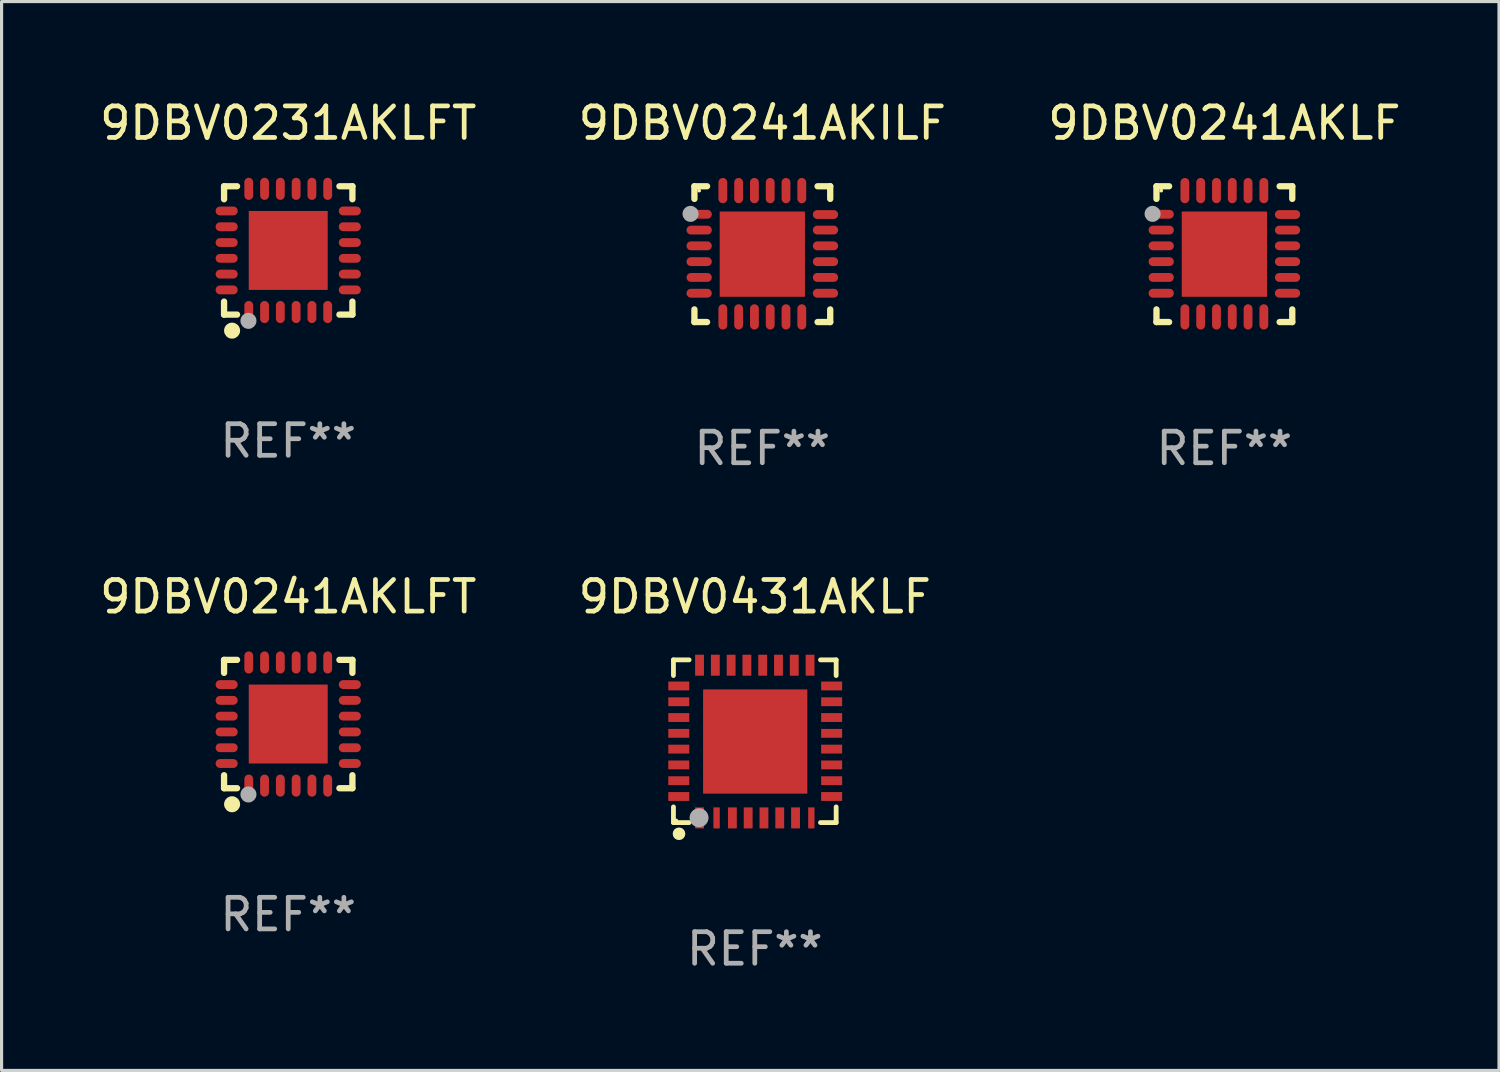
<source format=kicad_pcb>
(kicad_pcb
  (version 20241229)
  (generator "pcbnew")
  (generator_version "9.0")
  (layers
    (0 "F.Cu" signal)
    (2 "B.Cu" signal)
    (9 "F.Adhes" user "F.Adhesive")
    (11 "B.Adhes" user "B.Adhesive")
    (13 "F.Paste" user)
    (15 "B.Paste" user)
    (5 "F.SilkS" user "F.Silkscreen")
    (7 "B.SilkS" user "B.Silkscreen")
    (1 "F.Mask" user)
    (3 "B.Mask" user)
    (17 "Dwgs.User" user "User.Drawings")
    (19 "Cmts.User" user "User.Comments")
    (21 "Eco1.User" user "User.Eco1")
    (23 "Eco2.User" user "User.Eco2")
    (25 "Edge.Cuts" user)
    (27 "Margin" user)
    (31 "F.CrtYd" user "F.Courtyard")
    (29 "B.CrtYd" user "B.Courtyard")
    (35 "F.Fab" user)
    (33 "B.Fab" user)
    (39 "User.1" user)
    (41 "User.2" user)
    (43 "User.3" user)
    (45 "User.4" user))
  (footprint "9DBV0431AKLF"
    (layer "F.Cu")
    (at 20.851 20.421)
    (property "Reference" "9DBV0431AKLF" (at 0 -4.576 0) (layer "F.SilkS") (effects (font (size 1 1) (thickness 0.15))))
    (attr through_hole)
    (fp_line (start -2.576 -2.576) (end -2.576 -2.08) (stroke (width 0.152) (type solid)) (layer "F.SilkS"))
    (fp_line (start -2.576 2.576) (end -2.576 2.08) (stroke (width 0.152) (type solid)) (layer "F.SilkS"))
    (fp_line (start -2.08 -2.576) (end -2.576 -2.576) (stroke (width 0.152) (type solid)) (layer "F.SilkS"))
    (fp_line (start -2.08 2.576) (end -2.576 2.576) (stroke (width 0.152) (type solid)) (layer "F.SilkS"))
    (fp_line (start 2.08 -2.576) (end 2.576 -2.576) (stroke (width 0.152) (type solid)) (layer "F.SilkS"))
    (fp_line (start 2.08 2.576) (end 2.576 2.576) (stroke (width 0.152) (type solid)) (layer "F.SilkS"))
    (fp_line (start 2.576 -2.576) (end 2.576 -2.08) (stroke (width 0.152) (type solid)) (layer "F.SilkS"))
    (fp_line (start 2.576 2.576) (end 2.576 2.08) (stroke (width 0.152) (type solid)) (layer "F.SilkS"))
    (fp_circle (center -2.487 2.51) (end -2.457 2.51) (stroke (width 0.06) (type solid)) (fill no) (layer "F.SilkS"))
    (fp_circle (center -2.4 2.931) (end -2.3 2.931) (stroke (width 0.2) (type solid)) (fill no) (layer "F.SilkS"))
    (fp_circle (center -1.765 2.423) (end -1.615 2.423) (stroke (width 0.3) (type solid)) (fill no) (layer "F.Fab"))
    (fp_text user "REF**" (at 0 6.576 0) (layer "F.Fab") (effects (font (size 1 1) (thickness 0.15))))
    (pad "1" smd rect (at -1.75 2.428) (size 0.28 0.665) (layers "F.Cu" "F.Mask" "F.Paste"))
    (pad "2" smd rect (at -1.21 2.428) (size 0.2 0.665) (layers "F.Cu" "F.Mask" "F.Paste"))
    (pad "3" smd rect (at -0.71 2.428) (size 0.28 0.665) (layers "F.Cu" "F.Mask" "F.Paste"))
    (pad "4" smd rect (at -0.21 2.428) (size 0.28 0.665) (layers "F.Cu" "F.Mask" "F.Paste"))
    (pad "5" smd rect (at 0.29 2.428) (size 0.28 0.665) (layers "F.Cu" "F.Mask" "F.Paste"))
    (pad "6" smd rect (at 0.79 2.428) (size 0.28 0.665) (layers "F.Cu" "F.Mask" "F.Paste"))
    (pad "7" smd rect (at 1.29 2.428) (size 0.28 0.665) (layers "F.Cu" "F.Mask" "F.Paste"))
    (pad "8" smd rect (at 1.79 2.428) (size 0.2 0.665) (layers "F.Cu" "F.Mask" "F.Paste"))
    (pad "9" smd rect (at 2.433 1.75) (size 0.665 0.28) (layers "F.Cu" "F.Mask" "F.Paste"))
    (pad "10" smd rect (at 2.433 1.25) (size 0.665 0.28) (layers "F.Cu" "F.Mask" "F.Paste"))
    (pad "11" smd rect (at 2.433 0.75) (size 0.665 0.28) (layers "F.Cu" "F.Mask" "F.Paste"))
    (pad "12" smd rect (at 2.433 0.25) (size 0.665 0.28) (layers "F.Cu" "F.Mask" "F.Paste"))
    (pad "13" smd rect (at 2.433 -0.25) (size 0.665 0.28) (layers "F.Cu" "F.Mask" "F.Paste"))
    (pad "14" smd rect (at 2.433 -0.75) (size 0.665 0.28) (layers "F.Cu" "F.Mask" "F.Paste"))
    (pad "15" smd rect (at 2.433 -1.25) (size 0.665 0.28) (layers "F.Cu" "F.Mask" "F.Paste"))
    (pad "16" smd rect (at 2.433 -1.75) (size 0.665 0.28) (layers "F.Cu" "F.Mask" "F.Paste"))
    (pad "17" smd rect (at 1.75 -2.407) (size 0.28 0.665) (layers "F.Cu" "F.Mask" "F.Paste"))
    (pad "18" smd rect (at 1.25 -2.407) (size 0.28 0.665) (layers "F.Cu" "F.Mask" "F.Paste"))
    (pad "19" smd rect (at 0.75 -2.407) (size 0.28 0.665) (layers "F.Cu" "F.Mask" "F.Paste"))
    (pad "20" smd rect (at 0.25 -2.407) (size 0.28 0.665) (layers "F.Cu" "F.Mask" "F.Paste"))
    (pad "21" smd rect (at -0.25 -2.407) (size 0.28 0.665) (layers "F.Cu" "F.Mask" "F.Paste"))
    (pad "22" smd rect (at -0.75 -2.407) (size 0.28 0.665) (layers "F.Cu" "F.Mask" "F.Paste"))
    (pad "23" smd rect (at -1.25 -2.407) (size 0.28 0.665) (layers "F.Cu" "F.Mask" "F.Paste"))
    (pad "24" smd rect (at -1.75 -2.407) (size 0.28 0.665) (layers "F.Cu" "F.Mask" "F.Paste"))
    (pad "25" smd rect (at -2.407 -1.75) (size 0.665 0.28) (layers "F.Cu" "F.Mask" "F.Paste"))
    (pad "26" smd rect (at -2.407 -1.25) (size 0.665 0.28) (layers "F.Cu" "F.Mask" "F.Paste"))
    (pad "27" smd rect (at -2.407 -0.75) (size 0.665 0.28) (layers "F.Cu" "F.Mask" "F.Paste"))
    (pad "28" smd rect (at -2.407 -0.25) (size 0.665 0.28) (layers "F.Cu" "F.Mask" "F.Paste"))
    (pad "29" smd rect (at -2.407 0.25) (size 0.665 0.28) (layers "F.Cu" "F.Mask" "F.Paste"))
    (pad "30" smd rect (at -2.407 0.75) (size 0.665 0.28) (layers "F.Cu" "F.Mask" "F.Paste"))
    (pad "31" smd rect (at -2.407 1.25) (size 0.665 0.28) (layers "F.Cu" "F.Mask" "F.Paste"))
    (pad "32" smd rect (at -2.407 1.75) (size 0.665 0.28) (layers "F.Cu" "F.Mask" "F.Paste"))
    (pad "33" smd rect (at 0.013 0.01) (size 3.3 3.3) (layers "F.Cu" "F.Mask" "F.Paste")))
  (footprint "9DBV0241AKILF"
    (layer "F.Cu")
    (at 21.089 4.998)
    (property "Reference" "9DBV0241AKILF" (at 0 -4.15 0) (layer "F.SilkS") (effects (font (size 1 1) (thickness 0.15))))
    (attr through_hole)
    (fp_line (start -2.15 -2.15) (end -1.75 -2.15) (stroke (width 0.2) (type solid)) (layer "F.SilkS"))
    (fp_line (start -2.15 -1.75) (end -2.15 -2.15) (stroke (width 0.2) (type solid)) (layer "F.SilkS"))
    (fp_line (start -2.15 2.15) (end -2.15 1.75) (stroke (width 0.2) (type solid)) (layer "F.SilkS"))
    (fp_line (start -1.75 2.15) (end -2.15 2.15) (stroke (width 0.2) (type solid)) (layer "F.SilkS"))
    (fp_line (start 1.75 -2.15) (end 2.15 -2.15) (stroke (width 0.2) (type solid)) (layer "F.SilkS"))
    (fp_line (start 1.75 2.15) (end 2.15 2.15) (stroke (width 0.2) (type solid)) (layer "F.SilkS"))
    (fp_line (start 2.15 -2.15) (end 2.15 -1.75) (stroke (width 0.2) (type solid)) (layer "F.SilkS"))
    (fp_line (start 2.15 2.15) (end 2.15 1.75) (stroke (width 0.2) (type solid)) (layer "F.SilkS"))
    (fp_circle (center -2 -2.013) (end -1.97 -2.013) (stroke (width 0.06) (type solid)) (fill no) (layer "F.SilkS"))
    (fp_circle (center -2.273 -1.276) (end -2.146 -1.276) (stroke (width 0.254) (type solid)) (fill no) (layer "F.Fab"))
    (fp_text user "REF**" (at 0 6.15 0) (layer "F.Fab") (effects (font (size 1 1) (thickness 0.15))))
    (pad "1" smd oval (at -2 -1.263 90) (size 0.28 0.8) (layers "F.Cu" "F.Mask" "F.Paste"))
    (pad "2" smd oval (at -2 -0.763 90) (size 0.28 0.8) (layers "F.Cu" "F.Mask" "F.Paste"))
    (pad "3" smd oval (at -2 -0.263 90) (size 0.28 0.8) (layers "F.Cu" "F.Mask" "F.Paste"))
    (pad "4" smd oval (at -2 0.237 90) (size 0.28 0.8) (layers "F.Cu" "F.Mask" "F.Paste"))
    (pad "5" smd oval (at -2 0.737 90) (size 0.28 0.8) (layers "F.Cu" "F.Mask" "F.Paste"))
    (pad "6" smd oval (at -2 1.237 90) (size 0.28 0.8) (layers "F.Cu" "F.Mask" "F.Paste"))
    (pad "7" smd oval (at -1.25 1.987) (size 0.28 0.8) (layers "F.Cu" "F.Mask" "F.Paste"))
    (pad "8" smd oval (at -0.75 1.987) (size 0.28 0.8) (layers "F.Cu" "F.Mask" "F.Paste"))
    (pad "9" smd oval (at -0.25 1.987) (size 0.28 0.8) (layers "F.Cu" "F.Mask" "F.Paste"))
    (pad "10" smd oval (at 0.25 1.987) (size 0.28 0.8) (layers "F.Cu" "F.Mask" "F.Paste"))
    (pad "11" smd oval (at 0.75 1.987) (size 0.28 0.8) (layers "F.Cu" "F.Mask" "F.Paste"))
    (pad "12" smd oval (at 1.25 1.987) (size 0.28 0.8) (layers "F.Cu" "F.Mask" "F.Paste"))
    (pad "13" smd oval (at 2 1.237 90) (size 0.28 0.8) (layers "F.Cu" "F.Mask" "F.Paste"))
    (pad "14" smd oval (at 2 0.737 90) (size 0.28 0.8) (layers "F.Cu" "F.Mask" "F.Paste"))
    (pad "15" smd oval (at 2 0.237 90) (size 0.28 0.8) (layers "F.Cu" "F.Mask" "F.Paste"))
    (pad "16" smd oval (at 2 -0.263 90) (size 0.28 0.8) (layers "F.Cu" "F.Mask" "F.Paste"))
    (pad "17" smd oval (at 2 -0.763 90) (size 0.28 0.8) (layers "F.Cu" "F.Mask" "F.Paste"))
    (pad "18" smd oval (at 2 -1.255 90) (size 0.28 0.8) (layers "F.Cu" "F.Mask" "F.Paste"))
    (pad "19" smd oval (at 1.25 -2.013) (size 0.28 0.8) (layers "F.Cu" "F.Mask" "F.Paste"))
    (pad "20" smd oval (at 0.75 -2.013) (size 0.28 0.8) (layers "F.Cu" "F.Mask" "F.Paste"))
    (pad "21" smd oval (at 0.25 -2.013) (size 0.28 0.8) (layers "F.Cu" "F.Mask" "F.Paste"))
    (pad "22" smd oval (at -0.25 -2.013) (size 0.28 0.8) (layers "F.Cu" "F.Mask" "F.Paste"))
    (pad "23" smd oval (at -0.75 -2.013) (size 0.28 0.8) (layers "F.Cu" "F.Mask" "F.Paste"))
    (pad "24" smd oval (at -1.25 -2.013) (size 0.28 0.8) (layers "F.Cu" "F.Mask" "F.Paste"))
    (pad "25" smd rect (at -0.000127 -0.00014) (size 2.7 2.7) (layers "F.Cu" "F.Mask" "F.Paste")))
  (footprint "9DBV0241AKLFT"
    (layer "F.Cu")
    (at 6.077 19.877)
    (property "Reference" "9DBV0241AKLFT" (at 0 -4.032 0) (layer "F.SilkS") (effects (font (size 1 1) (thickness 0.15))))
    (attr through_hole)
    (fp_line (start -2.032 -2.032) (end -1.621 -2.032) (stroke (width 0.2) (type solid)) (layer "F.SilkS"))
    (fp_line (start -2.032 -1.621) (end -2.032 -2.032) (stroke (width 0.2) (type solid)) (layer "F.SilkS"))
    (fp_line (start -2.032 2.032) (end -2.032 1.621) (stroke (width 0.2) (type solid)) (layer "F.SilkS"))
    (fp_line (start -1.621 2.032) (end -2.032 2.032) (stroke (width 0.2) (type solid)) (layer "F.SilkS"))
    (fp_line (start 1.621 -2.032) (end 2.032 -2.032) (stroke (width 0.2) (type solid)) (layer "F.SilkS"))
    (fp_line (start 2.032 -2.032) (end 2.032 -1.621) (stroke (width 0.2) (type solid)) (layer "F.SilkS"))
    (fp_line (start 2.032 1.621) (end 2.032 2.032) (stroke (width 0.2) (type solid)) (layer "F.SilkS"))
    (fp_line (start 2.032 2.032) (end 1.621 2.032) (stroke (width 0.2) (type solid)) (layer "F.SilkS"))
    (fp_circle (center -2 2) (end -1.97 2) (stroke (width 0.06) (type solid)) (fill no) (layer "F.SilkS"))
    (fp_circle (center -1.778 2.54) (end -1.651 2.54) (stroke (width 0.254) (type solid)) (fill no) (layer "F.SilkS"))
    (fp_circle (center -1.26 2.23) (end -1.133 2.23) (stroke (width 0.254) (type solid)) (fill no) (layer "F.Fab"))
    (fp_text user "REF**" (at 0 6.032 0) (layer "F.Fab") (effects (font (size 1 1) (thickness 0.15))))
    (pad "1" smd oval (at -1.25 1.95 180) (size 0.28 0.7) (layers "F.Cu" "F.Mask" "F.Paste"))
    (pad "2" smd oval (at -0.75 1.95 180) (size 0.28 0.7) (layers "F.Cu" "F.Mask" "F.Paste"))
    (pad "3" smd oval (at -0.25 1.95 180) (size 0.28 0.7) (layers "F.Cu" "F.Mask" "F.Paste"))
    (pad "4" smd oval (at 0.25 1.95 180) (size 0.28 0.7) (layers "F.Cu" "F.Mask" "F.Paste"))
    (pad "5" smd oval (at 0.75 1.95 180) (size 0.28 0.7) (layers "F.Cu" "F.Mask" "F.Paste"))
    (pad "6" smd oval (at 1.25 1.95 180) (size 0.28 0.7) (layers "F.Cu" "F.Mask" "F.Paste"))
    (pad "7" smd oval (at 1.95 1.25 270) (size 0.28 0.7) (layers "F.Cu" "F.Mask" "F.Paste"))
    (pad "8" smd oval (at 1.95 0.75 270) (size 0.28 0.7) (layers "F.Cu" "F.Mask" "F.Paste"))
    (pad "9" smd oval (at 1.95 0.25 270) (size 0.28 0.7) (layers "F.Cu" "F.Mask" "F.Paste"))
    (pad "10" smd oval (at 1.95 -0.25 270) (size 0.28 0.7) (layers "F.Cu" "F.Mask" "F.Paste"))
    (pad "11" smd oval (at 1.95 -0.75 270) (size 0.28 0.7) (layers "F.Cu" "F.Mask" "F.Paste"))
    (pad "12" smd oval (at 1.95 -1.25 270) (size 0.28 0.7) (layers "F.Cu" "F.Mask" "F.Paste"))
    (pad "13" smd oval (at 1.25 -1.95) (size 0.28 0.7) (layers "F.Cu" "F.Mask" "F.Paste"))
    (pad "14" smd oval (at 0.75 -1.95) (size 0.28 0.7) (layers "F.Cu" "F.Mask" "F.Paste"))
    (pad "15" smd oval (at 0.25 -1.95) (size 0.28 0.7) (layers "F.Cu" "F.Mask" "F.Paste"))
    (pad "16" smd oval (at -0.25 -1.95) (size 0.28 0.7) (layers "F.Cu" "F.Mask" "F.Paste"))
    (pad "17" smd oval (at -0.75 -1.95) (size 0.28 0.7) (layers "F.Cu" "F.Mask" "F.Paste"))
    (pad "18" smd oval (at -1.25 -1.95) (size 0.28 0.7) (layers "F.Cu" "F.Mask" "F.Paste"))
    (pad "19" smd oval (at -1.95 -1.25 90) (size 0.28 0.7) (layers "F.Cu" "F.Mask" "F.Paste"))
    (pad "20" smd oval (at -1.95 -0.75 90) (size 0.28 0.7) (layers "F.Cu" "F.Mask" "F.Paste"))
    (pad "21" smd oval (at -1.95 -0.25 90) (size 0.28 0.7) (layers "F.Cu" "F.Mask" "F.Paste"))
    (pad "22" smd oval (at -1.95 0.25 90) (size 0.28 0.7) (layers "F.Cu" "F.Mask" "F.Paste"))
    (pad "23" smd oval (at -1.95 0.75 90) (size 0.28 0.7) (layers "F.Cu" "F.Mask" "F.Paste"))
    (pad "24" smd oval (at -1.95 1.25 90) (size 0.28 0.7) (layers "F.Cu" "F.Mask" "F.Paste"))
    (pad "25" smd rect (at -0.000178 0.000025 90) (size 2.5 2.5) (layers "F.Cu" "F.Mask" "F.Paste")))
  (footprint "9DBV0231AKLFT"
    (layer "F.Cu")
    (at 6.077 4.88)
    (property "Reference" "9DBV0231AKLFT" (at 0 -4.032 0) (layer "F.SilkS") (effects (font (size 1 1) (thickness 0.15))))
    (attr through_hole)
    (fp_line (start -2.032 -2.032) (end -1.621 -2.032) (stroke (width 0.2) (type solid)) (layer "F.SilkS"))
    (fp_line (start -2.032 -1.621) (end -2.032 -2.032) (stroke (width 0.2) (type solid)) (layer "F.SilkS"))
    (fp_line (start -2.032 2.032) (end -2.032 1.621) (stroke (width 0.2) (type solid)) (layer "F.SilkS"))
    (fp_line (start -1.621 2.032) (end -2.032 2.032) (stroke (width 0.2) (type solid)) (layer "F.SilkS"))
    (fp_line (start 1.621 -2.032) (end 2.032 -2.032) (stroke (width 0.2) (type solid)) (layer "F.SilkS"))
    (fp_line (start 2.032 -2.032) (end 2.032 -1.621) (stroke (width 0.2) (type solid)) (layer "F.SilkS"))
    (fp_line (start 2.032 1.621) (end 2.032 2.032) (stroke (width 0.2) (type solid)) (layer "F.SilkS"))
    (fp_line (start 2.032 2.032) (end 1.621 2.032) (stroke (width 0.2) (type solid)) (layer "F.SilkS"))
    (fp_circle (center -2 2) (end -1.97 2) (stroke (width 0.06) (type solid)) (fill no) (layer "F.SilkS"))
    (fp_circle (center -1.778 2.54) (end -1.651 2.54) (stroke (width 0.254) (type solid)) (fill no) (layer "F.SilkS"))
    (fp_circle (center -1.26 2.23) (end -1.133 2.23) (stroke (width 0.254) (type solid)) (fill no) (layer "F.Fab"))
    (fp_text user "REF**" (at 0 6.032 0) (layer "F.Fab") (effects (font (size 1 1) (thickness 0.15))))
    (pad "1" smd oval (at -1.25 1.95 180) (size 0.28 0.7) (layers "F.Cu" "F.Mask" "F.Paste"))
    (pad "2" smd oval (at -0.75 1.95 180) (size 0.28 0.7) (layers "F.Cu" "F.Mask" "F.Paste"))
    (pad "3" smd oval (at -0.25 1.95 180) (size 0.28 0.7) (layers "F.Cu" "F.Mask" "F.Paste"))
    (pad "4" smd oval (at 0.25 1.95 180) (size 0.28 0.7) (layers "F.Cu" "F.Mask" "F.Paste"))
    (pad "5" smd oval (at 0.75 1.95 180) (size 0.28 0.7) (layers "F.Cu" "F.Mask" "F.Paste"))
    (pad "6" smd oval (at 1.25 1.95 180) (size 0.28 0.7) (layers "F.Cu" "F.Mask" "F.Paste"))
    (pad "7" smd oval (at 1.95 1.25 270) (size 0.28 0.7) (layers "F.Cu" "F.Mask" "F.Paste"))
    (pad "8" smd oval (at 1.95 0.75 270) (size 0.28 0.7) (layers "F.Cu" "F.Mask" "F.Paste"))
    (pad "9" smd oval (at 1.95 0.25 270) (size 0.28 0.7) (layers "F.Cu" "F.Mask" "F.Paste"))
    (pad "10" smd oval (at 1.95 -0.25 270) (size 0.28 0.7) (layers "F.Cu" "F.Mask" "F.Paste"))
    (pad "11" smd oval (at 1.95 -0.75 270) (size 0.28 0.7) (layers "F.Cu" "F.Mask" "F.Paste"))
    (pad "12" smd oval (at 1.95 -1.25 270) (size 0.28 0.7) (layers "F.Cu" "F.Mask" "F.Paste"))
    (pad "13" smd oval (at 1.25 -1.95) (size 0.28 0.7) (layers "F.Cu" "F.Mask" "F.Paste"))
    (pad "14" smd oval (at 0.75 -1.95) (size 0.28 0.7) (layers "F.Cu" "F.Mask" "F.Paste"))
    (pad "15" smd oval (at 0.25 -1.95) (size 0.28 0.7) (layers "F.Cu" "F.Mask" "F.Paste"))
    (pad "16" smd oval (at -0.25 -1.95) (size 0.28 0.7) (layers "F.Cu" "F.Mask" "F.Paste"))
    (pad "17" smd oval (at -0.75 -1.95) (size 0.28 0.7) (layers "F.Cu" "F.Mask" "F.Paste"))
    (pad "18" smd oval (at -1.25 -1.95) (size 0.28 0.7) (layers "F.Cu" "F.Mask" "F.Paste"))
    (pad "19" smd oval (at -1.95 -1.25 90) (size 0.28 0.7) (layers "F.Cu" "F.Mask" "F.Paste"))
    (pad "20" smd oval (at -1.95 -0.75 90) (size 0.28 0.7) (layers "F.Cu" "F.Mask" "F.Paste"))
    (pad "21" smd oval (at -1.95 -0.25 90) (size 0.28 0.7) (layers "F.Cu" "F.Mask" "F.Paste"))
    (pad "22" smd oval (at -1.95 0.25 90) (size 0.28 0.7) (layers "F.Cu" "F.Mask" "F.Paste"))
    (pad "23" smd oval (at -1.95 0.75 90) (size 0.28 0.7) (layers "F.Cu" "F.Mask" "F.Paste"))
    (pad "24" smd oval (at -1.95 1.25 90) (size 0.28 0.7) (layers "F.Cu" "F.Mask" "F.Paste"))
    (pad "25" smd rect (at -0.000178 0.000025 90) (size 2.5 2.5) (layers "F.Cu" "F.Mask" "F.Paste")))
  (footprint "9DBV0241AKLF"
    (layer "F.Cu")
    (at 35.72 4.998)
    (property "Reference" "9DBV0241AKLF" (at 0 -4.15 0) (layer "F.SilkS") (effects (font (size 1 1) (thickness 0.15))))
    (attr through_hole)
    (fp_line (start -2.15 -2.15) (end -1.75 -2.15) (stroke (width 0.2) (type solid)) (layer "F.SilkS"))
    (fp_line (start -2.15 -1.75) (end -2.15 -2.15) (stroke (width 0.2) (type solid)) (layer "F.SilkS"))
    (fp_line (start -2.15 2.15) (end -2.15 1.75) (stroke (width 0.2) (type solid)) (layer "F.SilkS"))
    (fp_line (start -1.75 2.15) (end -2.15 2.15) (stroke (width 0.2) (type solid)) (layer "F.SilkS"))
    (fp_line (start 1.75 -2.15) (end 2.15 -2.15) (stroke (width 0.2) (type solid)) (layer "F.SilkS"))
    (fp_line (start 1.75 2.15) (end 2.15 2.15) (stroke (width 0.2) (type solid)) (layer "F.SilkS"))
    (fp_line (start 2.15 -2.15) (end 2.15 -1.75) (stroke (width 0.2) (type solid)) (layer "F.SilkS"))
    (fp_line (start 2.15 2.15) (end 2.15 1.75) (stroke (width 0.2) (type solid)) (layer "F.SilkS"))
    (fp_circle (center -2 -2.013) (end -1.97 -2.013) (stroke (width 0.06) (type solid)) (fill no) (layer "F.SilkS"))
    (fp_circle (center -2.273 -1.276) (end -2.146 -1.276) (stroke (width 0.254) (type solid)) (fill no) (layer "F.Fab"))
    (fp_text user "REF**" (at 0 6.15 0) (layer "F.Fab") (effects (font (size 1 1) (thickness 0.15))))
    (pad "1" smd oval (at -2 -1.263 90) (size 0.28 0.8) (layers "F.Cu" "F.Mask" "F.Paste"))
    (pad "2" smd oval (at -2 -0.763 90) (size 0.28 0.8) (layers "F.Cu" "F.Mask" "F.Paste"))
    (pad "3" smd oval (at -2 -0.263 90) (size 0.28 0.8) (layers "F.Cu" "F.Mask" "F.Paste"))
    (pad "4" smd oval (at -2 0.237 90) (size 0.28 0.8) (layers "F.Cu" "F.Mask" "F.Paste"))
    (pad "5" smd oval (at -2 0.737 90) (size 0.28 0.8) (layers "F.Cu" "F.Mask" "F.Paste"))
    (pad "6" smd oval (at -2 1.237 90) (size 0.28 0.8) (layers "F.Cu" "F.Mask" "F.Paste"))
    (pad "7" smd oval (at -1.25 1.987) (size 0.28 0.8) (layers "F.Cu" "F.Mask" "F.Paste"))
    (pad "8" smd oval (at -0.75 1.987) (size 0.28 0.8) (layers "F.Cu" "F.Mask" "F.Paste"))
    (pad "9" smd oval (at -0.25 1.987) (size 0.28 0.8) (layers "F.Cu" "F.Mask" "F.Paste"))
    (pad "10" smd oval (at 0.25 1.987) (size 0.28 0.8) (layers "F.Cu" "F.Mask" "F.Paste"))
    (pad "11" smd oval (at 0.75 1.987) (size 0.28 0.8) (layers "F.Cu" "F.Mask" "F.Paste"))
    (pad "12" smd oval (at 1.25 1.987) (size 0.28 0.8) (layers "F.Cu" "F.Mask" "F.Paste"))
    (pad "13" smd oval (at 2 1.237 90) (size 0.28 0.8) (layers "F.Cu" "F.Mask" "F.Paste"))
    (pad "14" smd oval (at 2 0.737 90) (size 0.28 0.8) (layers "F.Cu" "F.Mask" "F.Paste"))
    (pad "15" smd oval (at 2 0.237 90) (size 0.28 0.8) (layers "F.Cu" "F.Mask" "F.Paste"))
    (pad "16" smd oval (at 2 -0.263 90) (size 0.28 0.8) (layers "F.Cu" "F.Mask" "F.Paste"))
    (pad "17" smd oval (at 2 -0.763 90) (size 0.28 0.8) (layers "F.Cu" "F.Mask" "F.Paste"))
    (pad "18" smd oval (at 2 -1.255 90) (size 0.28 0.8) (layers "F.Cu" "F.Mask" "F.Paste"))
    (pad "19" smd oval (at 1.25 -2.013) (size 0.28 0.8) (layers "F.Cu" "F.Mask" "F.Paste"))
    (pad "20" smd oval (at 0.75 -2.013) (size 0.28 0.8) (layers "F.Cu" "F.Mask" "F.Paste"))
    (pad "21" smd oval (at 0.25 -2.013) (size 0.28 0.8) (layers "F.Cu" "F.Mask" "F.Paste"))
    (pad "22" smd oval (at -0.25 -2.013) (size 0.28 0.8) (layers "F.Cu" "F.Mask" "F.Paste"))
    (pad "23" smd oval (at -0.75 -2.013) (size 0.28 0.8) (layers "F.Cu" "F.Mask" "F.Paste"))
    (pad "24" smd oval (at -1.25 -2.013) (size 0.28 0.8) (layers "F.Cu" "F.Mask" "F.Paste"))
    (pad "25" smd rect (at -0.000127 -0.00014) (size 2.7 2.7) (layers "F.Cu" "F.Mask" "F.Paste")))
  (gr_rect
    (start -3 -3)
    (end 44.417 30.846)
    (stroke (width 0.1) (type default))
    (fill no)
    (layer "Edge.Cuts")))
</source>
